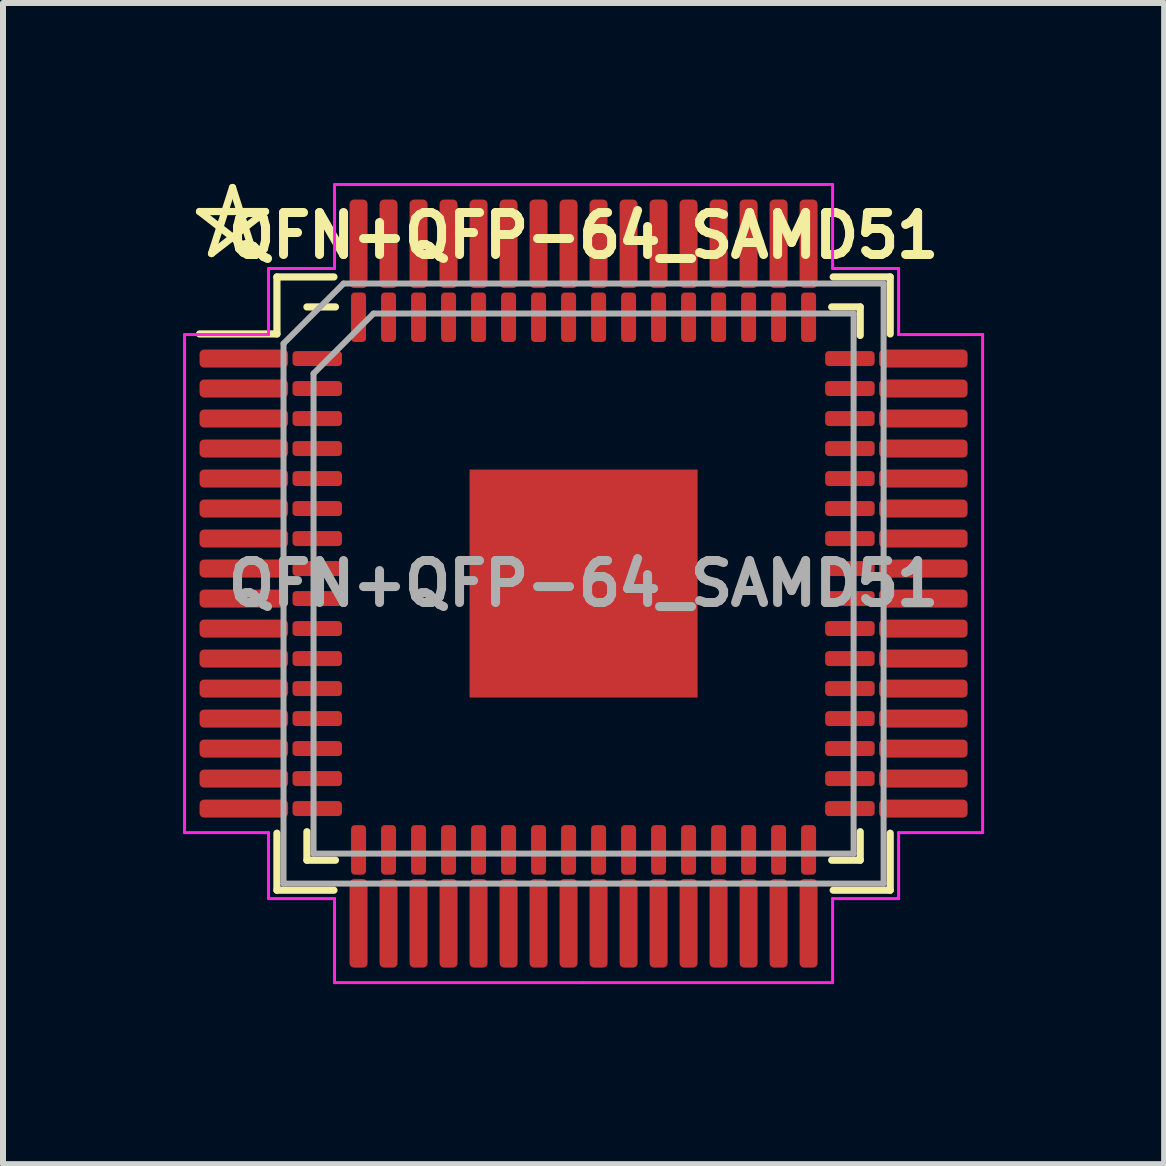
<source format=kicad_pcb>
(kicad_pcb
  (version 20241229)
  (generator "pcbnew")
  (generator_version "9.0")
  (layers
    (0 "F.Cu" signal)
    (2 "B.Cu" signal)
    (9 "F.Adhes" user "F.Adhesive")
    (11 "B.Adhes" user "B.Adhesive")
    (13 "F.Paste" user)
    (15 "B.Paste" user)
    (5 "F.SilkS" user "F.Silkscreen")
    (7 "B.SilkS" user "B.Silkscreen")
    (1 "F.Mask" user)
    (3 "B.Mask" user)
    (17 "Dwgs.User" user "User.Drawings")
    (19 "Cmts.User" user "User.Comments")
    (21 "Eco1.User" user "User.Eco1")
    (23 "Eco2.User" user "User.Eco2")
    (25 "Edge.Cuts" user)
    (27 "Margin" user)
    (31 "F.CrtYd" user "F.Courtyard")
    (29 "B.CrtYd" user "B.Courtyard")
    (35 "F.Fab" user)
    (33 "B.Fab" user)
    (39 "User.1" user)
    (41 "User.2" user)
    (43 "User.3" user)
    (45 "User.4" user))
  (footprint "QFN+QFP-64_SAMD51"
    (layer "F.Cu")
    (at 6.675 6.675)
    (property "Reference" "QFN+QFP-64_SAMD51" (at 0 -5.8 0) (layer "F.SilkS") (effects (font (size 0.7 0.7) (thickness 0.15))))
    (attr smd)
    (fp_line (start -6.4 -6.2) (end -5.3 -6.2) (stroke (width 0.12) (type solid)) (layer "F.SilkS"))
    (fp_line (start -6.2 -5.5) (end -5.85 -6.6) (stroke (width 0.12) (type solid)) (layer "F.SilkS"))
    (fp_line (start -5.85 -6.6) (end -5.5 -5.5) (stroke (width 0.12) (type solid)) (layer "F.SilkS"))
    (fp_line (start -5.5 -5.5) (end -6.4 -6.2) (stroke (width 0.12) (type solid)) (layer "F.SilkS"))
    (fp_line (start -5.3 -6.2) (end -6.2 -5.5) (stroke (width 0.12) (type solid)) (layer "F.SilkS"))
    (fp_line (start -5.11 -5.11) (end -5.11 -4.16) (stroke (width 0.12) (type solid)) (layer "F.SilkS"))
    (fp_line (start -5.11 -4.16) (end -6.4 -4.16) (stroke (width 0.12) (type solid)) (layer "F.SilkS"))
    (fp_line (start -5.11 5.11) (end -5.11 4.16) (stroke (width 0.12) (type solid)) (layer "F.SilkS"))
    (fp_line (start -4.61 4.61) (end -4.61 4.135) (stroke (width 0.12) (type solid)) (layer "F.SilkS"))
    (fp_line (start -4.16 -5.11) (end -5.11 -5.11) (stroke (width 0.12) (type solid)) (layer "F.SilkS"))
    (fp_line (start -4.16 5.11) (end -5.11 5.11) (stroke (width 0.12) (type solid)) (layer "F.SilkS"))
    (fp_line (start -4.135 -4.61) (end -4.61 -4.61) (stroke (width 0.12) (type solid)) (layer "F.SilkS"))
    (fp_line (start -4.135 4.61) (end -4.61 4.61) (stroke (width 0.12) (type solid)) (layer "F.SilkS"))
    (fp_line (start 4.135 -4.61) (end 4.61 -4.61) (stroke (width 0.12) (type solid)) (layer "F.SilkS"))
    (fp_line (start 4.135 4.61) (end 4.61 4.61) (stroke (width 0.12) (type solid)) (layer "F.SilkS"))
    (fp_line (start 4.16 -5.11) (end 5.11 -5.11) (stroke (width 0.12) (type solid)) (layer "F.SilkS"))
    (fp_line (start 4.16 5.11) (end 5.11 5.11) (stroke (width 0.12) (type solid)) (layer "F.SilkS"))
    (fp_line (start 4.61 -4.61) (end 4.61 -4.135) (stroke (width 0.12) (type solid)) (layer "F.SilkS"))
    (fp_line (start 4.61 4.61) (end 4.61 4.135) (stroke (width 0.12) (type solid)) (layer "F.SilkS"))
    (fp_line (start 5.11 -5.11) (end 5.11 -4.16) (stroke (width 0.12) (type solid)) (layer "F.SilkS"))
    (fp_line (start 5.11 5.11) (end 5.11 4.16) (stroke (width 0.12) (type solid)) (layer "F.SilkS"))
    (fp_line (start -6.65 -4.15) (end -6.65 0) (stroke (width 0.05) (type solid)) (layer "F.CrtYd"))
    (fp_line (start -6.65 4.15) (end -6.65 0) (stroke (width 0.05) (type solid)) (layer "F.CrtYd"))
    (fp_line (start -5.25 -5.25) (end -5.25 -4.15) (stroke (width 0.05) (type solid)) (layer "F.CrtYd"))
    (fp_line (start -5.25 -4.15) (end -6.65 -4.15) (stroke (width 0.05) (type solid)) (layer "F.CrtYd"))
    (fp_line (start -5.25 4.15) (end -6.65 4.15) (stroke (width 0.05) (type solid)) (layer "F.CrtYd"))
    (fp_line (start -5.25 5.25) (end -5.25 4.15) (stroke (width 0.05) (type solid)) (layer "F.CrtYd"))
    (fp_line (start -4.15 -6.65) (end -4.15 -5.25) (stroke (width 0.05) (type solid)) (layer "F.CrtYd"))
    (fp_line (start -4.15 -5.25) (end -5.25 -5.25) (stroke (width 0.05) (type solid)) (layer "F.CrtYd"))
    (fp_line (start -4.15 5.25) (end -5.25 5.25) (stroke (width 0.05) (type solid)) (layer "F.CrtYd"))
    (fp_line (start -4.15 6.65) (end -4.15 5.25) (stroke (width 0.05) (type solid)) (layer "F.CrtYd"))
    (fp_line (start 0 -6.65) (end -4.15 -6.65) (stroke (width 0.05) (type solid)) (layer "F.CrtYd"))
    (fp_line (start 0 -6.65) (end 4.15 -6.65) (stroke (width 0.05) (type solid)) (layer "F.CrtYd"))
    (fp_line (start 0 6.65) (end -4.15 6.65) (stroke (width 0.05) (type solid)) (layer "F.CrtYd"))
    (fp_line (start 0 6.65) (end 4.15 6.65) (stroke (width 0.05) (type solid)) (layer "F.CrtYd"))
    (fp_line (start 4.15 -6.65) (end 4.15 -5.25) (stroke (width 0.05) (type solid)) (layer "F.CrtYd"))
    (fp_line (start 4.15 -5.25) (end 5.25 -5.25) (stroke (width 0.05) (type solid)) (layer "F.CrtYd"))
    (fp_line (start 4.15 5.25) (end 5.25 5.25) (stroke (width 0.05) (type solid)) (layer "F.CrtYd"))
    (fp_line (start 4.15 6.65) (end 4.15 5.25) (stroke (width 0.05) (type solid)) (layer "F.CrtYd"))
    (fp_line (start 5.25 -5.25) (end 5.25 -4.15) (stroke (width 0.05) (type solid)) (layer "F.CrtYd"))
    (fp_line (start 5.25 -4.15) (end 6.65 -4.15) (stroke (width 0.05) (type solid)) (layer "F.CrtYd"))
    (fp_line (start 5.25 4.15) (end 6.65 4.15) (stroke (width 0.05) (type solid)) (layer "F.CrtYd"))
    (fp_line (start 5.25 5.25) (end 5.25 4.15) (stroke (width 0.05) (type solid)) (layer "F.CrtYd"))
    (fp_line (start 6.65 -4.15) (end 6.65 0) (stroke (width 0.05) (type solid)) (layer "F.CrtYd"))
    (fp_line (start 6.65 4.15) (end 6.65 0) (stroke (width 0.05) (type solid)) (layer "F.CrtYd"))
    (fp_line (start -5 -4) (end -4 -5) (stroke (width 0.1) (type solid)) (layer "F.Fab"))
    (fp_line (start -5 5) (end -5 -4) (stroke (width 0.1) (type solid)) (layer "F.Fab"))
    (fp_line (start -4.5 -3.5) (end -3.5 -4.5) (stroke (width 0.1) (type solid)) (layer "F.Fab"))
    (fp_line (start -4.5 4.5) (end -4.5 -3.5) (stroke (width 0.1) (type solid)) (layer "F.Fab"))
    (fp_line (start -4 -5) (end 5 -5) (stroke (width 0.1) (type solid)) (layer "F.Fab"))
    (fp_line (start -3.5 -4.5) (end 4.5 -4.5) (stroke (width 0.1) (type solid)) (layer "F.Fab"))
    (fp_line (start 4.5 -4.5) (end 4.5 4.5) (stroke (width 0.1) (type solid)) (layer "F.Fab"))
    (fp_line (start 4.5 4.5) (end -4.5 4.5) (stroke (width 0.1) (type solid)) (layer "F.Fab"))
    (fp_line (start 5 -5) (end 5 5) (stroke (width 0.1) (type solid)) (layer "F.Fab"))
    (fp_line (start 5 5) (end -5 5) (stroke (width 0.1) (type solid)) (layer "F.Fab"))
    (fp_text user "${REFERENCE}" (at 0 0 0) (layer "F.Fab") (effects (font (size 0.7 0.7) (thickness 0.15))))
    (pad "" smd roundrect (at -1.27 -1.27) (size 1.02 1.02) (layers "F.Paste") (roundrect_rratio 0.245))
    (pad "" smd roundrect (at -1.27 0) (size 1.02 1.02) (layers "F.Paste") (roundrect_rratio 0.245))
    (pad "" smd roundrect (at -1.27 1.27) (size 1.02 1.02) (layers "F.Paste") (roundrect_rratio 0.245))
    (pad "" smd roundrect (at 0 -1.27) (size 1.02 1.02) (layers "F.Paste") (roundrect_rratio 0.245))
    (pad "" smd roundrect (at 0 0) (size 1.02 1.02) (layers "F.Paste") (roundrect_rratio 0.245))
    (pad "" smd roundrect (at 0 1.27) (size 1.02 1.02) (layers "F.Paste") (roundrect_rratio 0.245))
    (pad "" smd roundrect (at 1.27 -1.27) (size 1.02 1.02) (layers "F.Paste") (roundrect_rratio 0.245))
    (pad "" smd roundrect (at 1.27 0) (size 1.02 1.02) (layers "F.Paste") (roundrect_rratio 0.245))
    (pad "" smd roundrect (at 1.27 1.27) (size 1.02 1.02) (layers "F.Paste") (roundrect_rratio 0.245))
    (pad "1" smd roundrect (at -5.662 -3.75) (size 1.475 0.3) (layers "F.Cu" "F.Mask" "F.Paste") (roundrect_rratio 0.25))
    (pad "1" smd roundrect (at -4.438 -3.75) (size 0.825 0.25) (layers "F.Cu" "F.Mask" "F.Paste") (roundrect_rratio 0.25))
    (pad "2" smd roundrect (at -5.662 -3.25) (size 1.475 0.3) (layers "F.Cu" "F.Mask" "F.Paste") (roundrect_rratio 0.25))
    (pad "2" smd roundrect (at -4.438 -3.25) (size 0.825 0.25) (layers "F.Cu" "F.Mask" "F.Paste") (roundrect_rratio 0.25))
    (pad "3" smd roundrect (at -5.662 -2.75) (size 1.475 0.3) (layers "F.Cu" "F.Mask" "F.Paste") (roundrect_rratio 0.25))
    (pad "3" smd roundrect (at -4.438 -2.75) (size 0.825 0.25) (layers "F.Cu" "F.Mask" "F.Paste") (roundrect_rratio 0.25))
    (pad "4" smd roundrect (at -5.662 -2.25) (size 1.475 0.3) (layers "F.Cu" "F.Mask" "F.Paste") (roundrect_rratio 0.25))
    (pad "4" smd roundrect (at -4.438 -2.25) (size 0.825 0.25) (layers "F.Cu" "F.Mask" "F.Paste") (roundrect_rratio 0.25))
    (pad "5" smd roundrect (at -5.662 -1.75) (size 1.475 0.3) (layers "F.Cu" "F.Mask" "F.Paste") (roundrect_rratio 0.25))
    (pad "5" smd roundrect (at -4.438 -1.75) (size 0.825 0.25) (layers "F.Cu" "F.Mask" "F.Paste") (roundrect_rratio 0.25))
    (pad "6" smd roundrect (at -5.662 -1.25) (size 1.475 0.3) (layers "F.Cu" "F.Mask" "F.Paste") (roundrect_rratio 0.25))
    (pad "6" smd roundrect (at -4.438 -1.25) (size 0.825 0.25) (layers "F.Cu" "F.Mask" "F.Paste") (roundrect_rratio 0.25))
    (pad "7" smd roundrect (at -5.662 -0.75) (size 1.475 0.3) (layers "F.Cu" "F.Mask" "F.Paste") (roundrect_rratio 0.25))
    (pad "7" smd roundrect (at -4.438 -0.75) (size 0.825 0.25) (layers "F.Cu" "F.Mask" "F.Paste") (roundrect_rratio 0.25))
    (pad "8" smd roundrect (at -5.662 -0.25) (size 1.475 0.3) (layers "F.Cu" "F.Mask" "F.Paste") (roundrect_rratio 0.25))
    (pad "8" smd roundrect (at -4.438 -0.25) (size 0.825 0.25) (layers "F.Cu" "F.Mask" "F.Paste") (roundrect_rratio 0.25))
    (pad "9" smd roundrect (at -5.662 0.25) (size 1.475 0.3) (layers "F.Cu" "F.Mask" "F.Paste") (roundrect_rratio 0.25))
    (pad "9" smd roundrect (at -4.438 0.25) (size 0.825 0.25) (layers "F.Cu" "F.Mask" "F.Paste") (roundrect_rratio 0.25))
    (pad "10" smd roundrect (at -5.662 0.75) (size 1.475 0.3) (layers "F.Cu" "F.Mask" "F.Paste") (roundrect_rratio 0.25))
    (pad "10" smd roundrect (at -4.438 0.75) (size 0.825 0.25) (layers "F.Cu" "F.Mask" "F.Paste") (roundrect_rratio 0.25))
    (pad "11" smd roundrect (at -5.662 1.25) (size 1.475 0.3) (layers "F.Cu" "F.Mask" "F.Paste") (roundrect_rratio 0.25))
    (pad "11" smd roundrect (at -4.438 1.25) (size 0.825 0.25) (layers "F.Cu" "F.Mask" "F.Paste") (roundrect_rratio 0.25))
    (pad "12" smd roundrect (at -5.662 1.75) (size 1.475 0.3) (layers "F.Cu" "F.Mask" "F.Paste") (roundrect_rratio 0.25))
    (pad "12" smd roundrect (at -4.438 1.75) (size 0.825 0.25) (layers "F.Cu" "F.Mask" "F.Paste") (roundrect_rratio 0.25))
    (pad "13" smd roundrect (at -5.662 2.25) (size 1.475 0.3) (layers "F.Cu" "F.Mask" "F.Paste") (roundrect_rratio 0.25))
    (pad "13" smd roundrect (at -4.438 2.25) (size 0.825 0.25) (layers "F.Cu" "F.Mask" "F.Paste") (roundrect_rratio 0.25))
    (pad "14" smd roundrect (at -5.662 2.75) (size 1.475 0.3) (layers "F.Cu" "F.Mask" "F.Paste") (roundrect_rratio 0.25))
    (pad "14" smd roundrect (at -4.438 2.75) (size 0.825 0.25) (layers "F.Cu" "F.Mask" "F.Paste") (roundrect_rratio 0.25))
    (pad "15" smd roundrect (at -5.662 3.25) (size 1.475 0.3) (layers "F.Cu" "F.Mask" "F.Paste") (roundrect_rratio 0.25))
    (pad "15" smd roundrect (at -4.438 3.25) (size 0.825 0.25) (layers "F.Cu" "F.Mask" "F.Paste") (roundrect_rratio 0.25))
    (pad "16" smd roundrect (at -5.662 3.75) (size 1.475 0.3) (layers "F.Cu" "F.Mask" "F.Paste") (roundrect_rratio 0.25))
    (pad "16" smd roundrect (at -4.438 3.75) (size 0.825 0.25) (layers "F.Cu" "F.Mask" "F.Paste") (roundrect_rratio 0.25))
    (pad "17" smd roundrect (at -3.75 4.438) (size 0.25 0.825) (layers "F.Cu" "F.Mask" "F.Paste") (roundrect_rratio 0.25))
    (pad "17" smd roundrect (at -3.75 5.662) (size 0.3 1.475) (layers "F.Cu" "F.Mask" "F.Paste") (roundrect_rratio 0.25))
    (pad "18" smd roundrect (at -3.25 4.438) (size 0.25 0.825) (layers "F.Cu" "F.Mask" "F.Paste") (roundrect_rratio 0.25))
    (pad "18" smd roundrect (at -3.25 5.662) (size 0.3 1.475) (layers "F.Cu" "F.Mask" "F.Paste") (roundrect_rratio 0.25))
    (pad "19" smd roundrect (at -2.75 4.438) (size 0.25 0.825) (layers "F.Cu" "F.Mask" "F.Paste") (roundrect_rratio 0.25))
    (pad "19" smd roundrect (at -2.75 5.662) (size 0.3 1.475) (layers "F.Cu" "F.Mask" "F.Paste") (roundrect_rratio 0.25))
    (pad "20" smd roundrect (at -2.25 4.438) (size 0.25 0.825) (layers "F.Cu" "F.Mask" "F.Paste") (roundrect_rratio 0.25))
    (pad "20" smd roundrect (at -2.25 5.662) (size 0.3 1.475) (layers "F.Cu" "F.Mask" "F.Paste") (roundrect_rratio 0.25))
    (pad "21" smd roundrect (at -1.75 4.438) (size 0.25 0.825) (layers "F.Cu" "F.Mask" "F.Paste") (roundrect_rratio 0.25))
    (pad "21" smd roundrect (at -1.75 5.662) (size 0.3 1.475) (layers "F.Cu" "F.Mask" "F.Paste") (roundrect_rratio 0.25))
    (pad "22" smd roundrect (at -1.25 4.438) (size 0.25 0.825) (layers "F.Cu" "F.Mask" "F.Paste") (roundrect_rratio 0.25))
    (pad "22" smd roundrect (at -1.25 5.662) (size 0.3 1.475) (layers "F.Cu" "F.Mask" "F.Paste") (roundrect_rratio 0.25))
    (pad "23" smd roundrect (at -0.75 4.438) (size 0.25 0.825) (layers "F.Cu" "F.Mask" "F.Paste") (roundrect_rratio 0.25))
    (pad "23" smd roundrect (at -0.75 5.662) (size 0.3 1.475) (layers "F.Cu" "F.Mask" "F.Paste") (roundrect_rratio 0.25))
    (pad "24" smd roundrect (at -0.25 4.438) (size 0.25 0.825) (layers "F.Cu" "F.Mask" "F.Paste") (roundrect_rratio 0.25))
    (pad "24" smd roundrect (at -0.25 5.662) (size 0.3 1.475) (layers "F.Cu" "F.Mask" "F.Paste") (roundrect_rratio 0.25))
    (pad "25" smd roundrect (at 0.25 4.438) (size 0.25 0.825) (layers "F.Cu" "F.Mask" "F.Paste") (roundrect_rratio 0.25))
    (pad "25" smd roundrect (at 0.25 5.662) (size 0.3 1.475) (layers "F.Cu" "F.Mask" "F.Paste") (roundrect_rratio 0.25))
    (pad "26" smd roundrect (at 0.75 4.438) (size 0.25 0.825) (layers "F.Cu" "F.Mask" "F.Paste") (roundrect_rratio 0.25))
    (pad "26" smd roundrect (at 0.75 5.662) (size 0.3 1.475) (layers "F.Cu" "F.Mask" "F.Paste") (roundrect_rratio 0.25))
    (pad "27" smd roundrect (at 1.25 4.438) (size 0.25 0.825) (layers "F.Cu" "F.Mask" "F.Paste") (roundrect_rratio 0.25))
    (pad "27" smd roundrect (at 1.25 5.662) (size 0.3 1.475) (layers "F.Cu" "F.Mask" "F.Paste") (roundrect_rratio 0.25))
    (pad "28" smd roundrect (at 1.75 4.438) (size 0.25 0.825) (layers "F.Cu" "F.Mask" "F.Paste") (roundrect_rratio 0.25))
    (pad "28" smd roundrect (at 1.75 5.662) (size 0.3 1.475) (layers "F.Cu" "F.Mask" "F.Paste") (roundrect_rratio 0.25))
    (pad "29" smd roundrect (at 2.25 4.438) (size 0.25 0.825) (layers "F.Cu" "F.Mask" "F.Paste") (roundrect_rratio 0.25))
    (pad "29" smd roundrect (at 2.25 5.662) (size 0.3 1.475) (layers "F.Cu" "F.Mask" "F.Paste") (roundrect_rratio 0.25))
    (pad "30" smd roundrect (at 2.75 4.438) (size 0.25 0.825) (layers "F.Cu" "F.Mask" "F.Paste") (roundrect_rratio 0.25))
    (pad "30" smd roundrect (at 2.75 5.662) (size 0.3 1.475) (layers "F.Cu" "F.Mask" "F.Paste") (roundrect_rratio 0.25))
    (pad "31" smd roundrect (at 3.25 4.438) (size 0.25 0.825) (layers "F.Cu" "F.Mask" "F.Paste") (roundrect_rratio 0.25))
    (pad "31" smd roundrect (at 3.25 5.662) (size 0.3 1.475) (layers "F.Cu" "F.Mask" "F.Paste") (roundrect_rratio 0.25))
    (pad "32" smd roundrect (at 3.75 4.438) (size 0.25 0.825) (layers "F.Cu" "F.Mask" "F.Paste") (roundrect_rratio 0.25))
    (pad "32" smd roundrect (at 3.75 5.662) (size 0.3 1.475) (layers "F.Cu" "F.Mask" "F.Paste") (roundrect_rratio 0.25))
    (pad "33" smd roundrect (at 4.438 3.75) (size 0.825 0.25) (layers "F.Cu" "F.Mask" "F.Paste") (roundrect_rratio 0.25))
    (pad "33" smd roundrect (at 5.662 3.75) (size 1.475 0.3) (layers "F.Cu" "F.Mask" "F.Paste") (roundrect_rratio 0.25))
    (pad "34" smd roundrect (at 4.438 3.25) (size 0.825 0.25) (layers "F.Cu" "F.Mask" "F.Paste") (roundrect_rratio 0.25))
    (pad "34" smd roundrect (at 5.662 3.25) (size 1.475 0.3) (layers "F.Cu" "F.Mask" "F.Paste") (roundrect_rratio 0.25))
    (pad "35" smd roundrect (at 4.438 2.75) (size 0.825 0.25) (layers "F.Cu" "F.Mask" "F.Paste") (roundrect_rratio 0.25))
    (pad "35" smd roundrect (at 5.662 2.75) (size 1.475 0.3) (layers "F.Cu" "F.Mask" "F.Paste") (roundrect_rratio 0.25))
    (pad "36" smd roundrect (at 4.438 2.25) (size 0.825 0.25) (layers "F.Cu" "F.Mask" "F.Paste") (roundrect_rratio 0.25))
    (pad "36" smd roundrect (at 5.662 2.25) (size 1.475 0.3) (layers "F.Cu" "F.Mask" "F.Paste") (roundrect_rratio 0.25))
    (pad "37" smd roundrect (at 4.438 1.75) (size 0.825 0.25) (layers "F.Cu" "F.Mask" "F.Paste") (roundrect_rratio 0.25))
    (pad "37" smd roundrect (at 5.662 1.75) (size 1.475 0.3) (layers "F.Cu" "F.Mask" "F.Paste") (roundrect_rratio 0.25))
    (pad "38" smd roundrect (at 4.438 1.25) (size 0.825 0.25) (layers "F.Cu" "F.Mask" "F.Paste") (roundrect_rratio 0.25))
    (pad "38" smd roundrect (at 5.662 1.25) (size 1.475 0.3) (layers "F.Cu" "F.Mask" "F.Paste") (roundrect_rratio 0.25))
    (pad "39" smd roundrect (at 4.438 0.75) (size 0.825 0.25) (layers "F.Cu" "F.Mask" "F.Paste") (roundrect_rratio 0.25))
    (pad "39" smd roundrect (at 5.662 0.75) (size 1.475 0.3) (layers "F.Cu" "F.Mask" "F.Paste") (roundrect_rratio 0.25))
    (pad "40" smd roundrect (at 4.438 0.25) (size 0.825 0.25) (layers "F.Cu" "F.Mask" "F.Paste") (roundrect_rratio 0.25))
    (pad "40" smd roundrect (at 5.662 0.25) (size 1.475 0.3) (layers "F.Cu" "F.Mask" "F.Paste") (roundrect_rratio 0.25))
    (pad "41" smd roundrect (at 4.438 -0.25) (size 0.825 0.25) (layers "F.Cu" "F.Mask" "F.Paste") (roundrect_rratio 0.25))
    (pad "41" smd roundrect (at 5.662 -0.25) (size 1.475 0.3) (layers "F.Cu" "F.Mask" "F.Paste") (roundrect_rratio 0.25))
    (pad "42" smd roundrect (at 4.438 -0.75) (size 0.825 0.25) (layers "F.Cu" "F.Mask" "F.Paste") (roundrect_rratio 0.25))
    (pad "42" smd roundrect (at 5.662 -0.75) (size 1.475 0.3) (layers "F.Cu" "F.Mask" "F.Paste") (roundrect_rratio 0.25))
    (pad "43" smd roundrect (at 4.438 -1.25) (size 0.825 0.25) (layers "F.Cu" "F.Mask" "F.Paste") (roundrect_rratio 0.25))
    (pad "43" smd roundrect (at 5.662 -1.25) (size 1.475 0.3) (layers "F.Cu" "F.Mask" "F.Paste") (roundrect_rratio 0.25))
    (pad "44" smd roundrect (at 4.438 -1.75) (size 0.825 0.25) (layers "F.Cu" "F.Mask" "F.Paste") (roundrect_rratio 0.25))
    (pad "44" smd roundrect (at 5.662 -1.75) (size 1.475 0.3) (layers "F.Cu" "F.Mask" "F.Paste") (roundrect_rratio 0.25))
    (pad "45" smd roundrect (at 4.438 -2.25) (size 0.825 0.25) (layers "F.Cu" "F.Mask" "F.Paste") (roundrect_rratio 0.25))
    (pad "45" smd roundrect (at 5.662 -2.25) (size 1.475 0.3) (layers "F.Cu" "F.Mask" "F.Paste") (roundrect_rratio 0.25))
    (pad "46" smd roundrect (at 4.438 -2.75) (size 0.825 0.25) (layers "F.Cu" "F.Mask" "F.Paste") (roundrect_rratio 0.25))
    (pad "46" smd roundrect (at 5.662 -2.75) (size 1.475 0.3) (layers "F.Cu" "F.Mask" "F.Paste") (roundrect_rratio 0.25))
    (pad "47" smd roundrect (at 4.438 -3.25) (size 0.825 0.25) (layers "F.Cu" "F.Mask" "F.Paste") (roundrect_rratio 0.25))
    (pad "47" smd roundrect (at 5.662 -3.25) (size 1.475 0.3) (layers "F.Cu" "F.Mask" "F.Paste") (roundrect_rratio 0.25))
    (pad "48" smd roundrect (at 4.438 -3.75) (size 0.825 0.25) (layers "F.Cu" "F.Mask" "F.Paste") (roundrect_rratio 0.25))
    (pad "48" smd roundrect (at 5.662 -3.75) (size 1.475 0.3) (layers "F.Cu" "F.Mask" "F.Paste") (roundrect_rratio 0.25))
    (pad "49" smd roundrect (at 3.75 -5.662) (size 0.3 1.475) (layers "F.Cu" "F.Mask" "F.Paste") (roundrect_rratio 0.25))
    (pad "49" smd roundrect (at 3.75 -4.438) (size 0.25 0.825) (layers "F.Cu" "F.Mask" "F.Paste") (roundrect_rratio 0.25))
    (pad "50" smd roundrect (at 3.25 -5.662) (size 0.3 1.475) (layers "F.Cu" "F.Mask" "F.Paste") (roundrect_rratio 0.25))
    (pad "50" smd roundrect (at 3.25 -4.438) (size 0.25 0.825) (layers "F.Cu" "F.Mask" "F.Paste") (roundrect_rratio 0.25))
    (pad "51" smd roundrect (at 2.75 -5.662) (size 0.3 1.475) (layers "F.Cu" "F.Mask" "F.Paste") (roundrect_rratio 0.25))
    (pad "51" smd roundrect (at 2.75 -4.438) (size 0.25 0.825) (layers "F.Cu" "F.Mask" "F.Paste") (roundrect_rratio 0.25))
    (pad "52" smd roundrect (at 2.25 -5.662) (size 0.3 1.475) (layers "F.Cu" "F.Mask" "F.Paste") (roundrect_rratio 0.25))
    (pad "52" smd roundrect (at 2.25 -4.438) (size 0.25 0.825) (layers "F.Cu" "F.Mask" "F.Paste") (roundrect_rratio 0.25))
    (pad "53" smd roundrect (at 1.75 -5.662) (size 0.3 1.475) (layers "F.Cu" "F.Mask" "F.Paste") (roundrect_rratio 0.25))
    (pad "53" smd roundrect (at 1.75 -4.438) (size 0.25 0.825) (layers "F.Cu" "F.Mask" "F.Paste") (roundrect_rratio 0.25))
    (pad "54" smd roundrect (at 1.25 -5.662) (size 0.3 1.475) (layers "F.Cu" "F.Mask" "F.Paste") (roundrect_rratio 0.25))
    (pad "54" smd roundrect (at 1.25 -4.438) (size 0.25 0.825) (layers "F.Cu" "F.Mask" "F.Paste") (roundrect_rratio 0.25))
    (pad "55" smd roundrect (at 0.75 -5.662) (size 0.3 1.475) (layers "F.Cu" "F.Mask" "F.Paste") (roundrect_rratio 0.25))
    (pad "55" smd roundrect (at 0.75 -4.438) (size 0.25 0.825) (layers "F.Cu" "F.Mask" "F.Paste") (roundrect_rratio 0.25))
    (pad "56" smd roundrect (at 0.25 -5.662) (size 0.3 1.475) (layers "F.Cu" "F.Mask" "F.Paste") (roundrect_rratio 0.25))
    (pad "56" smd roundrect (at 0.25 -4.438) (size 0.25 0.825) (layers "F.Cu" "F.Mask" "F.Paste") (roundrect_rratio 0.25))
    (pad "57" smd roundrect (at -0.25 -5.662) (size 0.3 1.475) (layers "F.Cu" "F.Mask" "F.Paste") (roundrect_rratio 0.25))
    (pad "57" smd roundrect (at -0.25 -4.438) (size 0.25 0.825) (layers "F.Cu" "F.Mask" "F.Paste") (roundrect_rratio 0.25))
    (pad "58" smd roundrect (at -0.75 -5.662) (size 0.3 1.475) (layers "F.Cu" "F.Mask" "F.Paste") (roundrect_rratio 0.25))
    (pad "58" smd roundrect (at -0.75 -4.438) (size 0.25 0.825) (layers "F.Cu" "F.Mask" "F.Paste") (roundrect_rratio 0.25))
    (pad "59" smd roundrect (at -1.25 -5.662) (size 0.3 1.475) (layers "F.Cu" "F.Mask" "F.Paste") (roundrect_rratio 0.25))
    (pad "59" smd roundrect (at -1.25 -4.438) (size 0.25 0.825) (layers "F.Cu" "F.Mask" "F.Paste") (roundrect_rratio 0.25))
    (pad "60" smd roundrect (at -1.75 -5.662) (size 0.3 1.475) (layers "F.Cu" "F.Mask" "F.Paste") (roundrect_rratio 0.25))
    (pad "60" smd roundrect (at -1.75 -4.438) (size 0.25 0.825) (layers "F.Cu" "F.Mask" "F.Paste") (roundrect_rratio 0.25))
    (pad "61" smd roundrect (at -2.25 -5.662) (size 0.3 1.475) (layers "F.Cu" "F.Mask" "F.Paste") (roundrect_rratio 0.25))
    (pad "61" smd roundrect (at -2.25 -4.438) (size 0.25 0.825) (layers "F.Cu" "F.Mask" "F.Paste") (roundrect_rratio 0.25))
    (pad "62" smd roundrect (at -2.75 -5.662) (size 0.3 1.475) (layers "F.Cu" "F.Mask" "F.Paste") (roundrect_rratio 0.25))
    (pad "62" smd roundrect (at -2.75 -4.438) (size 0.25 0.825) (layers "F.Cu" "F.Mask" "F.Paste") (roundrect_rratio 0.25))
    (pad "63" smd roundrect (at -3.25 -5.662) (size 0.3 1.475) (layers "F.Cu" "F.Mask" "F.Paste") (roundrect_rratio 0.25))
    (pad "63" smd roundrect (at -3.25 -4.438) (size 0.25 0.825) (layers "F.Cu" "F.Mask" "F.Paste") (roundrect_rratio 0.25))
    (pad "64" smd roundrect (at -3.75 -5.662) (size 0.3 1.475) (layers "F.Cu" "F.Mask" "F.Paste") (roundrect_rratio 0.25))
    (pad "64" smd roundrect (at -3.75 -4.438) (size 0.25 0.825) (layers "F.Cu" "F.Mask" "F.Paste") (roundrect_rratio 0.25))
    (pad "65" smd rect (at 0 0) (size 3.8 3.8) (layers "F.Cu" "F.Mask")))
  (gr_rect
    (start -3 -3)
    (end 16.35 16.35)
    (stroke (width 0.1) (type default))
    (fill no)
    (layer "Edge.Cuts")))
</source>
